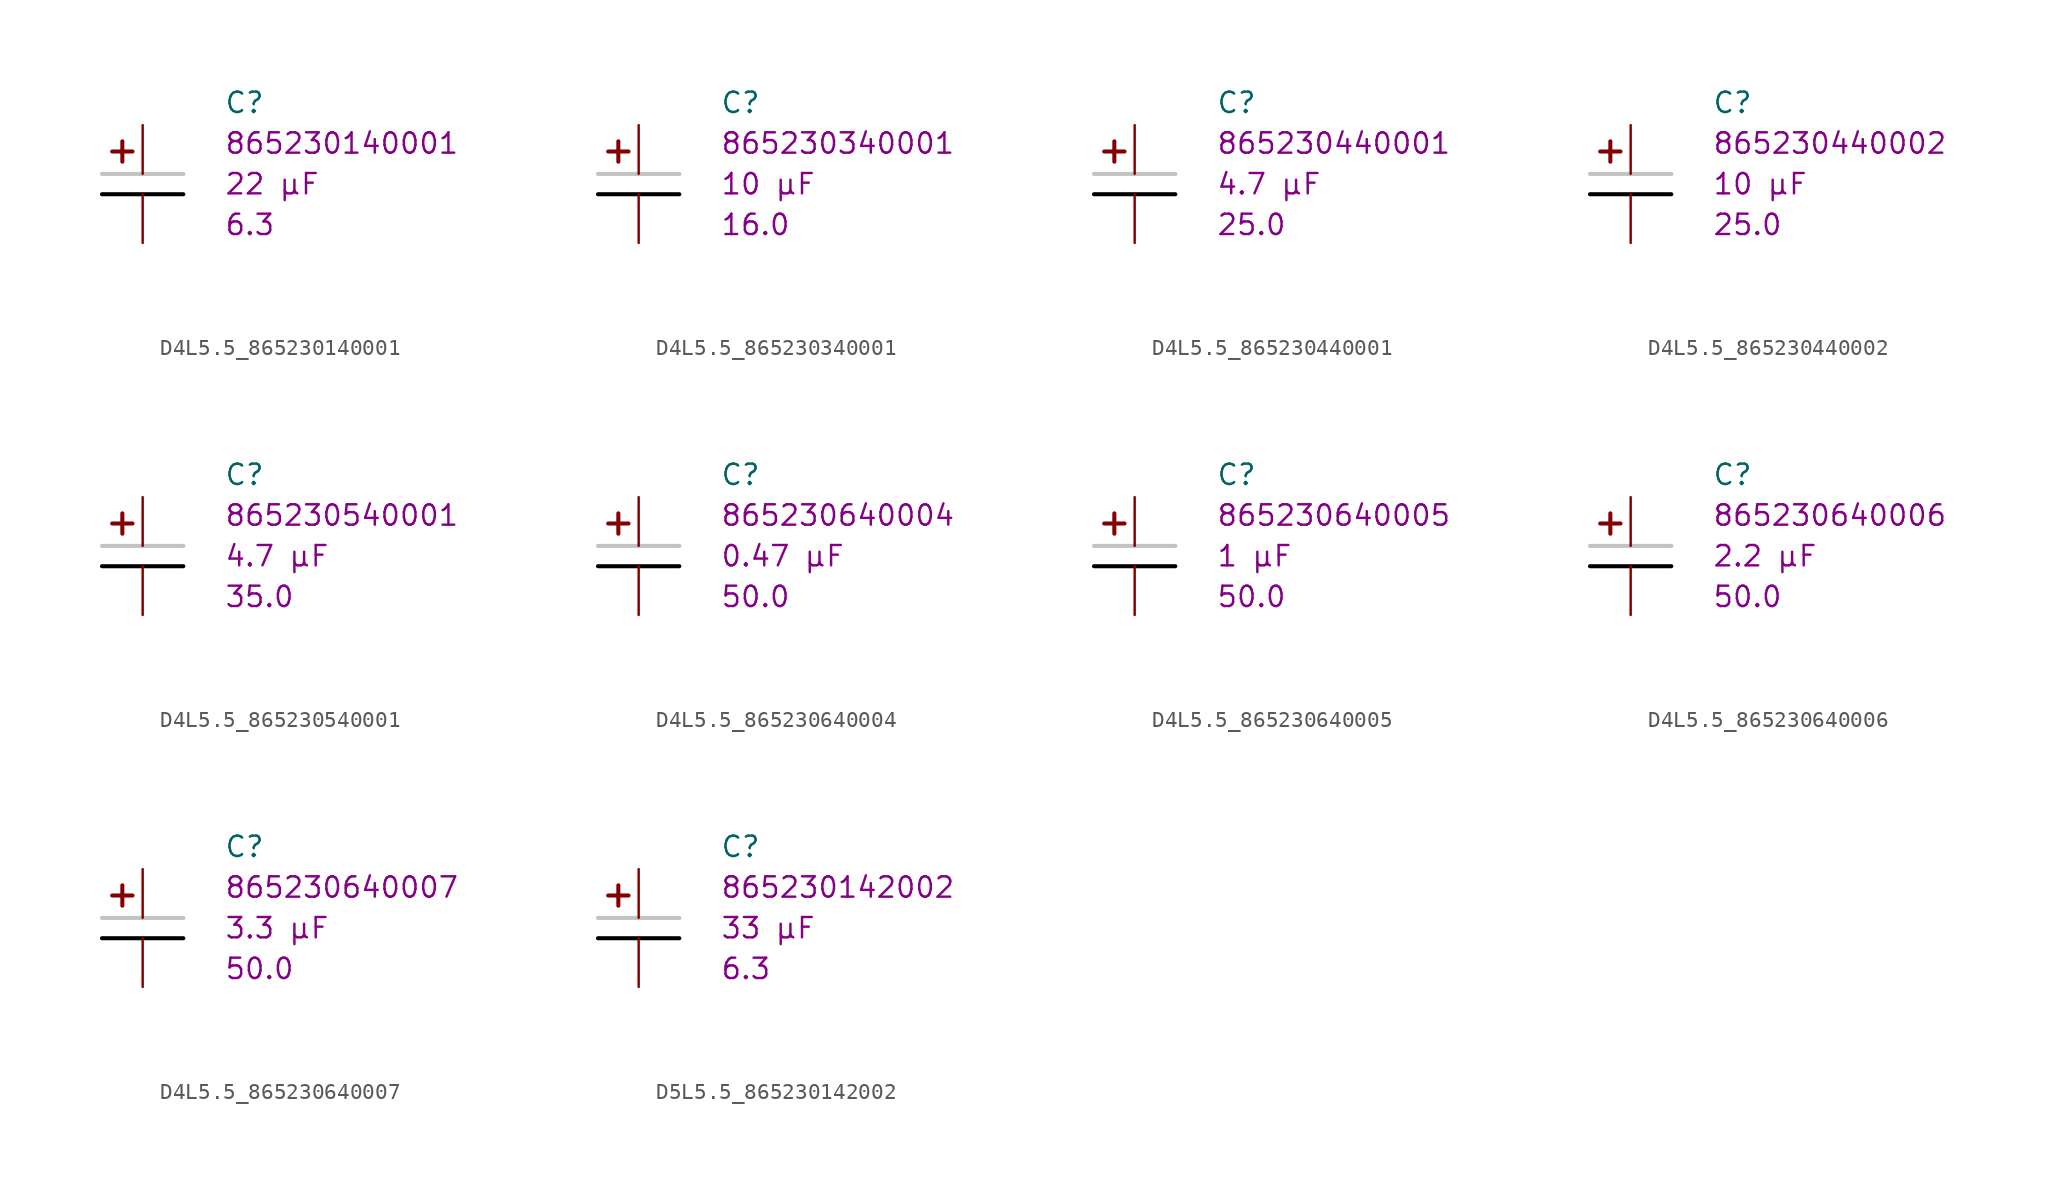
<source format=kicad_sym>
(kicad_symbol_lib
  (version 20220914)
  (generator kicad_symbol_editor)
  (symbol "D4L5.5_865230140001"
    (pin_numbers hide)
    (pin_names hide)
    (property "Reference" "C"
      (at 5.08 5.08 0)
      (effects (font (size 1.27 1.27)) (justify left)))
    (property "Part Number" "865230140001"
      (at 5.08 2.54 0)
      (effects (font (size 1.27 1.27)) (justify left)))
    (property "Capacitance" "22 µF"
      (at 5.08 0 0)
      (effects (font (size 1.27 1.27)) (justify left)))
    (property "Voltage" "6.3"
      (at 5.08 -2.54 0)
      (effects (font (size 1.27 1.27)) (justify left)))
    (property "Critical Parameter" ""
      (at 0 -7.62 0)
      (effects (font (size 1.27 1.27))))
    (symbol "D4L5.5_865230140001_1_1"
      (polyline (pts (xy -1.27 2.667) (xy -1.27 1.397)) (stroke (width 0.254) (type default)) (fill (type none)))
      (polyline (pts (xy -0.635 2.032) (xy -1.905 2.032)) (stroke (width 0.254) (type default)) (fill (type none)))
      (polyline (pts (xy 2.54 -0.635) (xy -2.54 -0.635)) (stroke (width 0.254) (type default) (color 0 0 0 1)) (fill (type none)))
      (polyline (pts (xy 2.54 0.635) (xy -2.54 0.635)) (stroke (width 0.254) (type default) (color 194 194 194 1)) (fill (type none)))
      (pin passive line (at 0 3.679 270) (length 3.044) (name "1" (effects (font (size 1.27 1.27)))) (number "1" (effects (font (size 1.27 1.27)))))
      (pin passive line (at 0 -3.679 90) (length 3.044) (name "2" (effects (font (size 1.27 1.27)))) (number "2" (effects (font (size 1.27 1.27)))))))
  (symbol "D4L5.5_865230340001"
    (pin_numbers hide)
    (pin_names hide)
    (property "Reference" "C"
      (at 5.08 5.08 0)
      (effects (font (size 1.27 1.27)) (justify left)))
    (property "Part Number" "865230340001"
      (at 5.08 2.54 0)
      (effects (font (size 1.27 1.27)) (justify left)))
    (property "Capacitance" "10 µF"
      (at 5.08 0 0)
      (effects (font (size 1.27 1.27)) (justify left)))
    (property "Voltage" "16.0"
      (at 5.08 -2.54 0)
      (effects (font (size 1.27 1.27)) (justify left)))
    (property "Critical Parameter" ""
      (at 0 -7.62 0)
      (effects (font (size 1.27 1.27))))
    (symbol "D4L5.5_865230340001_1_1"
      (polyline (pts (xy -1.27 2.667) (xy -1.27 1.397)) (stroke (width 0.254) (type default)) (fill (type none)))
      (polyline (pts (xy -0.635 2.032) (xy -1.905 2.032)) (stroke (width 0.254) (type default)) (fill (type none)))
      (polyline (pts (xy 2.54 -0.635) (xy -2.54 -0.635)) (stroke (width 0.254) (type default) (color 0 0 0 1)) (fill (type none)))
      (polyline (pts (xy 2.54 0.635) (xy -2.54 0.635)) (stroke (width 0.254) (type default) (color 194 194 194 1)) (fill (type none)))
      (pin passive line (at 0 3.679 270) (length 3.044) (name "1" (effects (font (size 1.27 1.27)))) (number "1" (effects (font (size 1.27 1.27)))))
      (pin passive line (at 0 -3.679 90) (length 3.044) (name "2" (effects (font (size 1.27 1.27)))) (number "2" (effects (font (size 1.27 1.27)))))))
  (symbol "D4L5.5_865230440001"
    (pin_numbers hide)
    (pin_names hide)
    (property "Reference" "C"
      (at 5.08 5.08 0)
      (effects (font (size 1.27 1.27)) (justify left)))
    (property "Part Number" "865230440001"
      (at 5.08 2.54 0)
      (effects (font (size 1.27 1.27)) (justify left)))
    (property "Capacitance" "4.7 µF"
      (at 5.08 0 0)
      (effects (font (size 1.27 1.27)) (justify left)))
    (property "Voltage" "25.0"
      (at 5.08 -2.54 0)
      (effects (font (size 1.27 1.27)) (justify left)))
    (property "Critical Parameter" ""
      (at 0 -7.62 0)
      (effects (font (size 1.27 1.27))))
    (symbol "D4L5.5_865230440001_1_1"
      (polyline (pts (xy -1.27 2.667) (xy -1.27 1.397)) (stroke (width 0.254) (type default)) (fill (type none)))
      (polyline (pts (xy -0.635 2.032) (xy -1.905 2.032)) (stroke (width 0.254) (type default)) (fill (type none)))
      (polyline (pts (xy 2.54 -0.635) (xy -2.54 -0.635)) (stroke (width 0.254) (type default) (color 0 0 0 1)) (fill (type none)))
      (polyline (pts (xy 2.54 0.635) (xy -2.54 0.635)) (stroke (width 0.254) (type default) (color 194 194 194 1)) (fill (type none)))
      (pin passive line (at 0 3.679 270) (length 3.044) (name "1" (effects (font (size 1.27 1.27)))) (number "1" (effects (font (size 1.27 1.27)))))
      (pin passive line (at 0 -3.679 90) (length 3.044) (name "2" (effects (font (size 1.27 1.27)))) (number "2" (effects (font (size 1.27 1.27)))))))
  (symbol "D4L5.5_865230440002"
    (pin_numbers hide)
    (pin_names hide)
    (property "Reference" "C"
      (at 5.08 5.08 0)
      (effects (font (size 1.27 1.27)) (justify left)))
    (property "Part Number" "865230440002"
      (at 5.08 2.54 0)
      (effects (font (size 1.27 1.27)) (justify left)))
    (property "Capacitance" "10 µF"
      (at 5.08 0 0)
      (effects (font (size 1.27 1.27)) (justify left)))
    (property "Voltage" "25.0"
      (at 5.08 -2.54 0)
      (effects (font (size 1.27 1.27)) (justify left)))
    (property "Critical Parameter" ""
      (at 0 -7.62 0)
      (effects (font (size 1.27 1.27))))
    (symbol "D4L5.5_865230440002_1_1"
      (polyline (pts (xy -1.27 2.667) (xy -1.27 1.397)) (stroke (width 0.254) (type default)) (fill (type none)))
      (polyline (pts (xy -0.635 2.032) (xy -1.905 2.032)) (stroke (width 0.254) (type default)) (fill (type none)))
      (polyline (pts (xy 2.54 -0.635) (xy -2.54 -0.635)) (stroke (width 0.254) (type default) (color 0 0 0 1)) (fill (type none)))
      (polyline (pts (xy 2.54 0.635) (xy -2.54 0.635)) (stroke (width 0.254) (type default) (color 194 194 194 1)) (fill (type none)))
      (pin passive line (at 0 3.679 270) (length 3.044) (name "1" (effects (font (size 1.27 1.27)))) (number "1" (effects (font (size 1.27 1.27)))))
      (pin passive line (at 0 -3.679 90) (length 3.044) (name "2" (effects (font (size 1.27 1.27)))) (number "2" (effects (font (size 1.27 1.27)))))))
  (symbol "D4L5.5_865230540001"
    (pin_numbers hide)
    (pin_names hide)
    (property "Reference" "C"
      (at 5.08 5.08 0)
      (effects (font (size 1.27 1.27)) (justify left)))
    (property "Part Number" "865230540001"
      (at 5.08 2.54 0)
      (effects (font (size 1.27 1.27)) (justify left)))
    (property "Capacitance" "4.7 µF"
      (at 5.08 0 0)
      (effects (font (size 1.27 1.27)) (justify left)))
    (property "Voltage" "35.0"
      (at 5.08 -2.54 0)
      (effects (font (size 1.27 1.27)) (justify left)))
    (property "Critical Parameter" ""
      (at 0 -7.62 0)
      (effects (font (size 1.27 1.27))))
    (symbol "D4L5.5_865230540001_1_1"
      (polyline (pts (xy -1.27 2.667) (xy -1.27 1.397)) (stroke (width 0.254) (type default)) (fill (type none)))
      (polyline (pts (xy -0.635 2.032) (xy -1.905 2.032)) (stroke (width 0.254) (type default)) (fill (type none)))
      (polyline (pts (xy 2.54 -0.635) (xy -2.54 -0.635)) (stroke (width 0.254) (type default) (color 0 0 0 1)) (fill (type none)))
      (polyline (pts (xy 2.54 0.635) (xy -2.54 0.635)) (stroke (width 0.254) (type default) (color 194 194 194 1)) (fill (type none)))
      (pin passive line (at 0 3.679 270) (length 3.044) (name "1" (effects (font (size 1.27 1.27)))) (number "1" (effects (font (size 1.27 1.27)))))
      (pin passive line (at 0 -3.679 90) (length 3.044) (name "2" (effects (font (size 1.27 1.27)))) (number "2" (effects (font (size 1.27 1.27)))))))
  (symbol "D4L5.5_865230640004"
    (pin_numbers hide)
    (pin_names hide)
    (property "Reference" "C"
      (at 5.08 5.08 0)
      (effects (font (size 1.27 1.27)) (justify left)))
    (property "Part Number" "865230640004"
      (at 5.08 2.54 0)
      (effects (font (size 1.27 1.27)) (justify left)))
    (property "Capacitance" "0.47 µF"
      (at 5.08 0 0)
      (effects (font (size 1.27 1.27)) (justify left)))
    (property "Voltage" "50.0"
      (at 5.08 -2.54 0)
      (effects (font (size 1.27 1.27)) (justify left)))
    (property "Critical Parameter" ""
      (at 0 -7.62 0)
      (effects (font (size 1.27 1.27))))
    (symbol "D4L5.5_865230640004_1_1"
      (polyline (pts (xy -1.27 2.667) (xy -1.27 1.397)) (stroke (width 0.254) (type default)) (fill (type none)))
      (polyline (pts (xy -0.635 2.032) (xy -1.905 2.032)) (stroke (width 0.254) (type default)) (fill (type none)))
      (polyline (pts (xy 2.54 -0.635) (xy -2.54 -0.635)) (stroke (width 0.254) (type default) (color 0 0 0 1)) (fill (type none)))
      (polyline (pts (xy 2.54 0.635) (xy -2.54 0.635)) (stroke (width 0.254) (type default) (color 194 194 194 1)) (fill (type none)))
      (pin passive line (at 0 3.679 270) (length 3.044) (name "1" (effects (font (size 1.27 1.27)))) (number "1" (effects (font (size 1.27 1.27)))))
      (pin passive line (at 0 -3.679 90) (length 3.044) (name "2" (effects (font (size 1.27 1.27)))) (number "2" (effects (font (size 1.27 1.27)))))))
  (symbol "D4L5.5_865230640005"
    (pin_numbers hide)
    (pin_names hide)
    (property "Reference" "C"
      (at 5.08 5.08 0)
      (effects (font (size 1.27 1.27)) (justify left)))
    (property "Part Number" "865230640005"
      (at 5.08 2.54 0)
      (effects (font (size 1.27 1.27)) (justify left)))
    (property "Capacitance" "1 µF"
      (at 5.08 0 0)
      (effects (font (size 1.27 1.27)) (justify left)))
    (property "Voltage" "50.0"
      (at 5.08 -2.54 0)
      (effects (font (size 1.27 1.27)) (justify left)))
    (property "Critical Parameter" ""
      (at 0 -7.62 0)
      (effects (font (size 1.27 1.27))))
    (symbol "D4L5.5_865230640005_1_1"
      (polyline (pts (xy -1.27 2.667) (xy -1.27 1.397)) (stroke (width 0.254) (type default)) (fill (type none)))
      (polyline (pts (xy -0.635 2.032) (xy -1.905 2.032)) (stroke (width 0.254) (type default)) (fill (type none)))
      (polyline (pts (xy 2.54 -0.635) (xy -2.54 -0.635)) (stroke (width 0.254) (type default) (color 0 0 0 1)) (fill (type none)))
      (polyline (pts (xy 2.54 0.635) (xy -2.54 0.635)) (stroke (width 0.254) (type default) (color 194 194 194 1)) (fill (type none)))
      (pin passive line (at 0 3.679 270) (length 3.044) (name "1" (effects (font (size 1.27 1.27)))) (number "1" (effects (font (size 1.27 1.27)))))
      (pin passive line (at 0 -3.679 90) (length 3.044) (name "2" (effects (font (size 1.27 1.27)))) (number "2" (effects (font (size 1.27 1.27)))))))
  (symbol "D4L5.5_865230640006"
    (pin_numbers hide)
    (pin_names hide)
    (property "Reference" "C"
      (at 5.08 5.08 0)
      (effects (font (size 1.27 1.27)) (justify left)))
    (property "Part Number" "865230640006"
      (at 5.08 2.54 0)
      (effects (font (size 1.27 1.27)) (justify left)))
    (property "Capacitance" "2.2 µF"
      (at 5.08 0 0)
      (effects (font (size 1.27 1.27)) (justify left)))
    (property "Voltage" "50.0"
      (at 5.08 -2.54 0)
      (effects (font (size 1.27 1.27)) (justify left)))
    (property "Critical Parameter" ""
      (at 0 -7.62 0)
      (effects (font (size 1.27 1.27))))
    (symbol "D4L5.5_865230640006_1_1"
      (polyline (pts (xy -1.27 2.667) (xy -1.27 1.397)) (stroke (width 0.254) (type default)) (fill (type none)))
      (polyline (pts (xy -0.635 2.032) (xy -1.905 2.032)) (stroke (width 0.254) (type default)) (fill (type none)))
      (polyline (pts (xy 2.54 -0.635) (xy -2.54 -0.635)) (stroke (width 0.254) (type default) (color 0 0 0 1)) (fill (type none)))
      (polyline (pts (xy 2.54 0.635) (xy -2.54 0.635)) (stroke (width 0.254) (type default) (color 194 194 194 1)) (fill (type none)))
      (pin passive line (at 0 3.679 270) (length 3.044) (name "1" (effects (font (size 1.27 1.27)))) (number "1" (effects (font (size 1.27 1.27)))))
      (pin passive line (at 0 -3.679 90) (length 3.044) (name "2" (effects (font (size 1.27 1.27)))) (number "2" (effects (font (size 1.27 1.27)))))))
  (symbol "D4L5.5_865230640007"
    (pin_numbers hide)
    (pin_names hide)
    (property "Reference" "C"
      (at 5.08 5.08 0)
      (effects (font (size 1.27 1.27)) (justify left)))
    (property "Part Number" "865230640007"
      (at 5.08 2.54 0)
      (effects (font (size 1.27 1.27)) (justify left)))
    (property "Capacitance" "3.3 µF"
      (at 5.08 0 0)
      (effects (font (size 1.27 1.27)) (justify left)))
    (property "Voltage" "50.0"
      (at 5.08 -2.54 0)
      (effects (font (size 1.27 1.27)) (justify left)))
    (property "Critical Parameter" ""
      (at 0 -7.62 0)
      (effects (font (size 1.27 1.27))))
    (symbol "D4L5.5_865230640007_1_1"
      (polyline (pts (xy -1.27 2.667) (xy -1.27 1.397)) (stroke (width 0.254) (type default)) (fill (type none)))
      (polyline (pts (xy -0.635 2.032) (xy -1.905 2.032)) (stroke (width 0.254) (type default)) (fill (type none)))
      (polyline (pts (xy 2.54 -0.635) (xy -2.54 -0.635)) (stroke (width 0.254) (type default) (color 0 0 0 1)) (fill (type none)))
      (polyline (pts (xy 2.54 0.635) (xy -2.54 0.635)) (stroke (width 0.254) (type default) (color 194 194 194 1)) (fill (type none)))
      (pin passive line (at 0 3.679 270) (length 3.044) (name "1" (effects (font (size 1.27 1.27)))) (number "1" (effects (font (size 1.27 1.27)))))
      (pin passive line (at 0 -3.679 90) (length 3.044) (name "2" (effects (font (size 1.27 1.27)))) (number "2" (effects (font (size 1.27 1.27)))))))
  (symbol "D5L5.5_865230142002"
    (pin_numbers hide)
    (pin_names hide)
    (property "Reference" "C"
      (at 5.08 5.08 0)
      (effects (font (size 1.27 1.27)) (justify left)))
    (property "Part Number" "865230142002"
      (at 5.08 2.54 0)
      (effects (font (size 1.27 1.27)) (justify left)))
    (property "Capacitance" "33 µF"
      (at 5.08 0 0)
      (effects (font (size 1.27 1.27)) (justify left)))
    (property "Voltage" "6.3"
      (at 5.08 -2.54 0)
      (effects (font (size 1.27 1.27)) (justify left)))
    (property "Critical Parameter" ""
      (at 0 -7.62 0)
      (effects (font (size 1.27 1.27))))
    (symbol "D5L5.5_865230142002_1_1"
      (polyline (pts (xy -1.27 2.667) (xy -1.27 1.397)) (stroke (width 0.254) (type default)) (fill (type none)))
      (polyline (pts (xy -0.635 2.032) (xy -1.905 2.032)) (stroke (width 0.254) (type default)) (fill (type none)))
      (polyline (pts (xy 2.54 -0.635) (xy -2.54 -0.635)) (stroke (width 0.254) (type default) (color 0 0 0 1)) (fill (type none)))
      (polyline (pts (xy 2.54 0.635) (xy -2.54 0.635)) (stroke (width 0.254) (type default) (color 194 194 194 1)) (fill (type none)))
      (pin passive line (at 0 3.679 270) (length 3.044) (name "1" (effects (font (size 1.27 1.27)))) (number "1" (effects (font (size 1.27 1.27)))))
      (pin passive line (at 0 -3.679 90) (length 3.044) (name "2" (effects (font (size 1.27 1.27)))) (number "2" (effects (font (size 1.27 1.27))))))))
</source>
